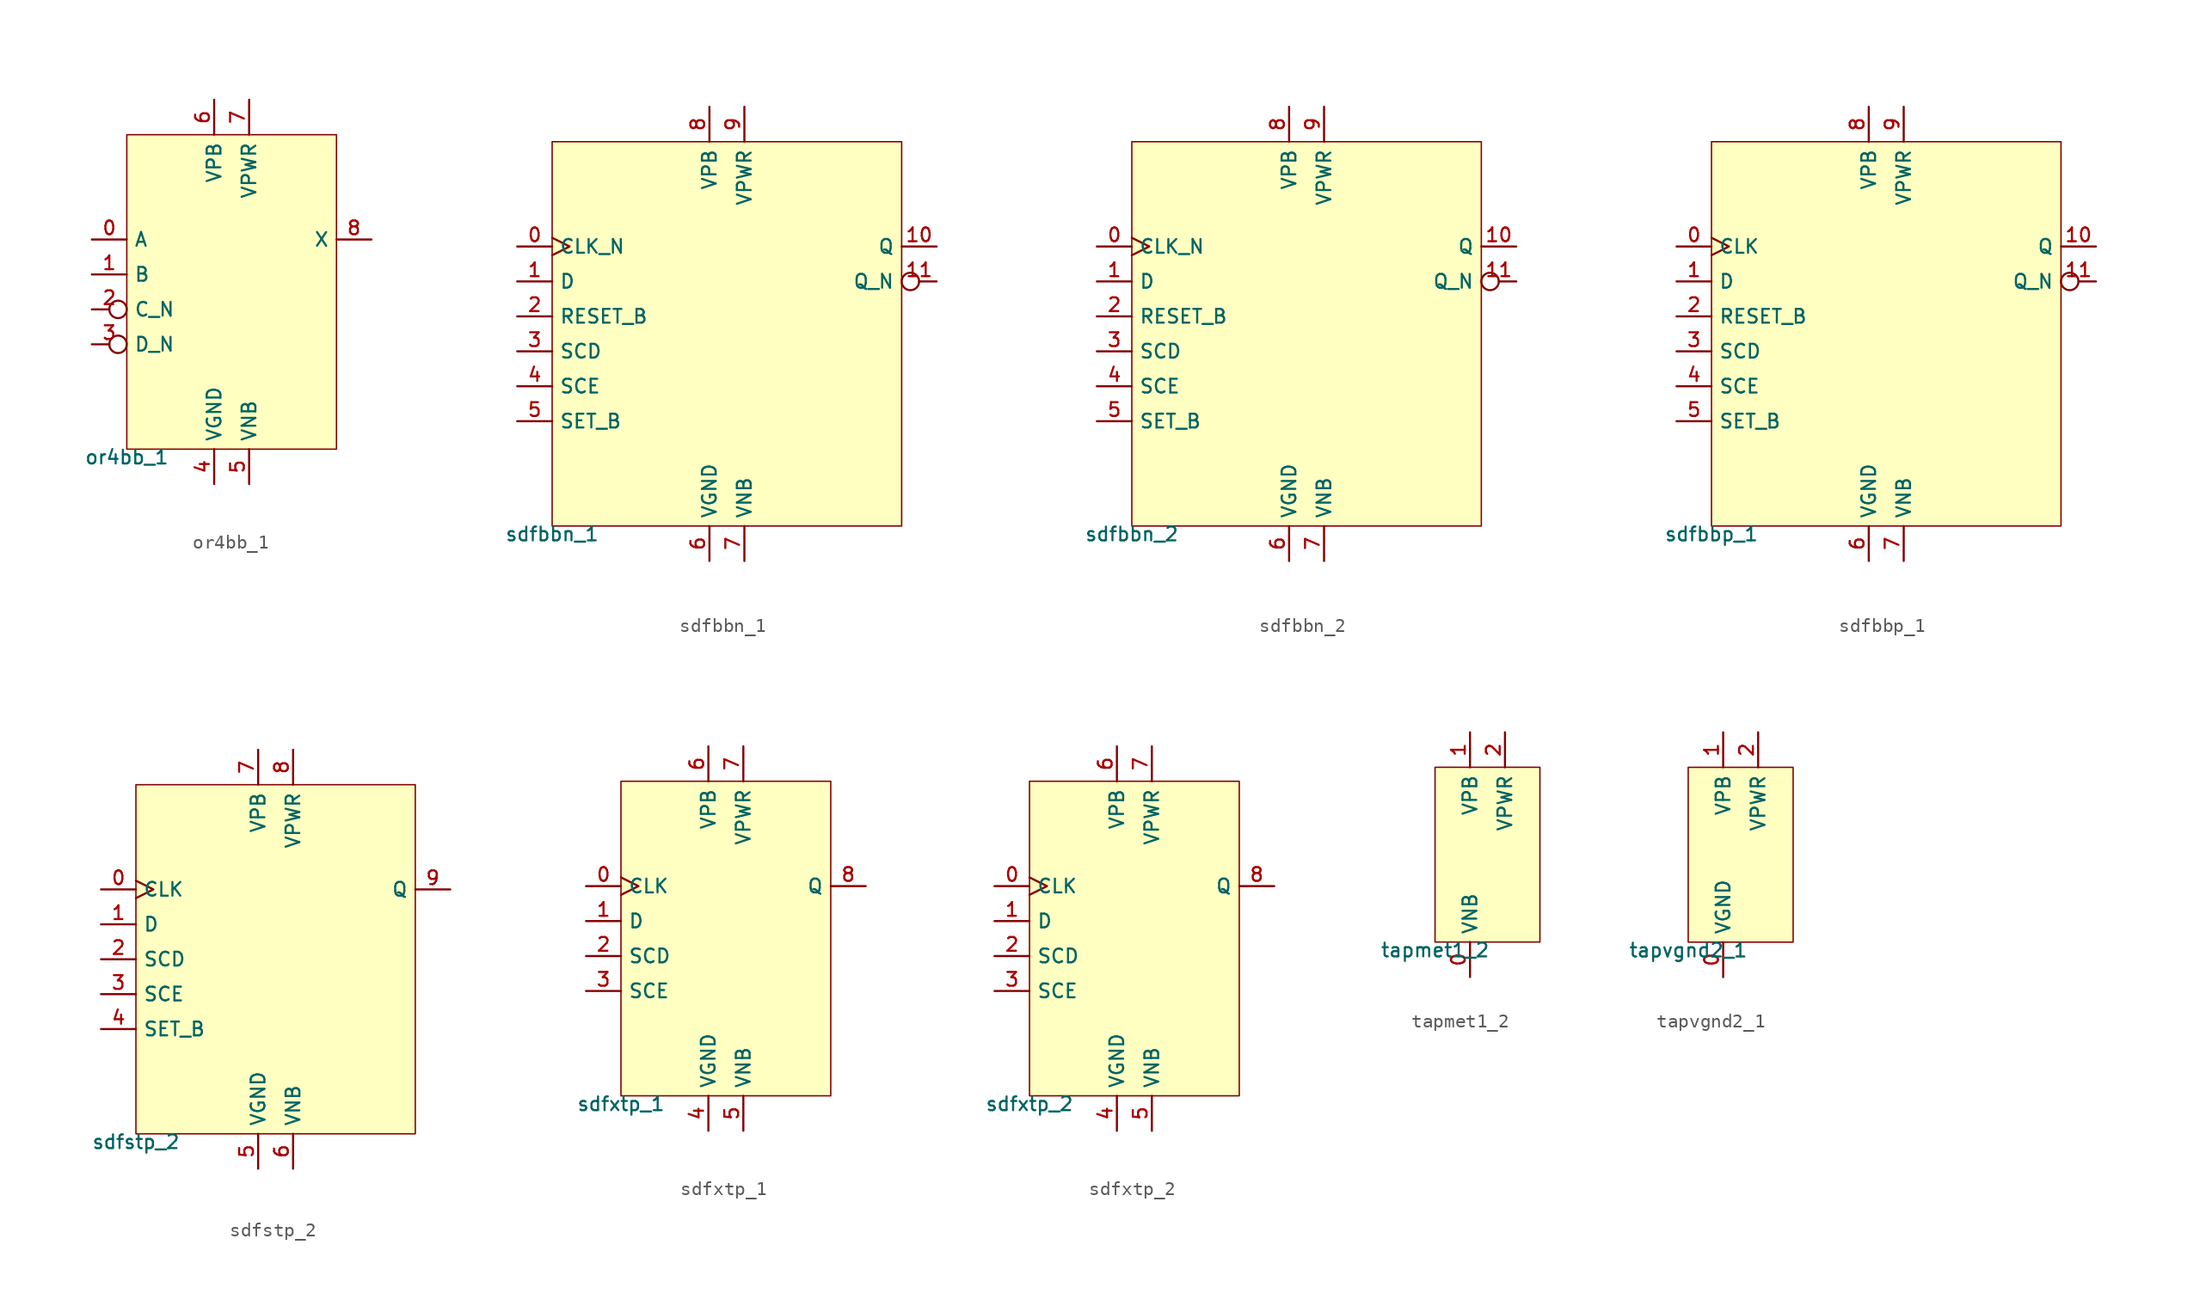
<source format=kicad_sym>
(kicad_symbol_lib
  (version 20211014)
  (generator lef2kicad_sym)
  (symbol "or4bb_1"
    (property "Reference" "CELL"
      (at 0 0 0)
      (effects (font (size 1 1)) hide))
    (property "Value" "or4bb_1"
      (at -7.62 -11.43 0)
      (effects (font (size 1 1)) (justify top)))
    (rectangle
      (start -7.62 -11.43)
      (end 7.62 11.43)
      (stroke (width 0.1) (type solid) (color 0 0 0 0))
      (fill (type background)))
    (pin input line
      (at -10.16 3.81 0)
      (length 2.54)
      (name "A" (effects (font (size 1 1)) hide))
      (number "0" (effects (font (size 1 1)) hide)))
    (pin input line
      (at -10.16 1.27 0)
      (length 2.54)
      (name "B" (effects (font (size 1 1)) hide))
      (number "1" (effects (font (size 1 1)) hide)))
    (pin input inverted
      (at -10.16 -1.27 0)
      (length 2.54)
      (name "C_N" (effects (font (size 1 1)) hide))
      (number "2" (effects (font (size 1 1)) hide)))
    (pin input inverted
      (at -10.16 -3.81 0)
      (length 2.54)
      (name "D_N" (effects (font (size 1 1)) hide))
      (number "3" (effects (font (size 1 1)) hide)))
    (pin power_in line
      (at -1.27 -13.97 90)
      (length 2.54)
      (name "VGND" (effects (font (size 1 1)) hide))
      (number "4" (effects (font (size 1 1)) hide)))
    (pin power_in line
      (at 1.27 -13.97 90)
      (length 2.54)
      (name "VNB" (effects (font (size 1 1)) hide))
      (number "5" (effects (font (size 1 1)) hide)))
    (pin power_in line
      (at -1.27 13.97 270)
      (length 2.54)
      (name "VPB" (effects (font (size 1 1)) hide))
      (number "6" (effects (font (size 1 1)) hide)))
    (pin power_in line
      (at 1.27 13.97 270)
      (length 2.54)
      (name "VPWR" (effects (font (size 1 1)) hide))
      (number "7" (effects (font (size 1 1)) hide)))
    (pin output line
      (at 10.16 3.81 180)
      (length 2.54)
      (name "X" (effects (font (size 1 1)) hide))
      (number "8" (effects (font (size 1 1)) hide))))
  (symbol "sdfbbn_1"
    (property "Reference" "CELL"
      (at 0 0 0)
      (effects (font (size 1 1)) hide))
    (property "Value" "sdfbbn_1"
      (at -12.7 -13.97 0)
      (effects (font (size 1 1)) (justify top)))
    (rectangle
      (start -12.7 -13.97)
      (end 12.7 13.97)
      (stroke (width 0.1) (type solid) (color 0 0 0 0))
      (fill (type background)))
    (pin input clock
      (at -15.24 6.35 0)
      (length 2.54)
      (name "CLK_N" (effects (font (size 1 1)) hide))
      (number "0" (effects (font (size 1 1)) hide)))
    (pin input line
      (at -15.24 3.81 0)
      (length 2.54)
      (name "D" (effects (font (size 1 1)) hide))
      (number "1" (effects (font (size 1 1)) hide)))
    (pin input line
      (at -15.24 1.27 0)
      (length 2.54)
      (name "RESET_B" (effects (font (size 1 1)) hide))
      (number "2" (effects (font (size 1 1)) hide)))
    (pin input line
      (at -15.24 -1.27 0)
      (length 2.54)
      (name "SCD" (effects (font (size 1 1)) hide))
      (number "3" (effects (font (size 1 1)) hide)))
    (pin input line
      (at -15.24 -3.81 0)
      (length 2.54)
      (name "SCE" (effects (font (size 1 1)) hide))
      (number "4" (effects (font (size 1 1)) hide)))
    (pin input line
      (at -15.24 -6.35 0)
      (length 2.54)
      (name "SET_B" (effects (font (size 1 1)) hide))
      (number "5" (effects (font (size 1 1)) hide)))
    (pin power_in line
      (at -1.27 -16.51 90)
      (length 2.54)
      (name "VGND" (effects (font (size 1 1)) hide))
      (number "6" (effects (font (size 1 1)) hide)))
    (pin power_in line
      (at 1.27 -16.51 90)
      (length 2.54)
      (name "VNB" (effects (font (size 1 1)) hide))
      (number "7" (effects (font (size 1 1)) hide)))
    (pin power_in line
      (at -1.27 16.51 270)
      (length 2.54)
      (name "VPB" (effects (font (size 1 1)) hide))
      (number "8" (effects (font (size 1 1)) hide)))
    (pin power_in line
      (at 1.27 16.51 270)
      (length 2.54)
      (name "VPWR" (effects (font (size 1 1)) hide))
      (number "9" (effects (font (size 1 1)) hide)))
    (pin output line
      (at 15.24 6.35 180)
      (length 2.54)
      (name "Q" (effects (font (size 1 1)) hide))
      (number "10" (effects (font (size 1 1)) hide)))
    (pin output inverted
      (at 15.24 3.81 180)
      (length 2.54)
      (name "Q_N" (effects (font (size 1 1)) hide))
      (number "11" (effects (font (size 1 1)) hide))))
  (symbol "sdfbbn_2"
    (property "Reference" "CELL"
      (at 0 0 0)
      (effects (font (size 1 1)) hide))
    (property "Value" "sdfbbn_2"
      (at -12.7 -13.97 0)
      (effects (font (size 1 1)) (justify top)))
    (rectangle
      (start -12.7 -13.97)
      (end 12.7 13.97)
      (stroke (width 0.1) (type solid) (color 0 0 0 0))
      (fill (type background)))
    (pin input clock
      (at -15.24 6.35 0)
      (length 2.54)
      (name "CLK_N" (effects (font (size 1 1)) hide))
      (number "0" (effects (font (size 1 1)) hide)))
    (pin input line
      (at -15.24 3.81 0)
      (length 2.54)
      (name "D" (effects (font (size 1 1)) hide))
      (number "1" (effects (font (size 1 1)) hide)))
    (pin input line
      (at -15.24 1.27 0)
      (length 2.54)
      (name "RESET_B" (effects (font (size 1 1)) hide))
      (number "2" (effects (font (size 1 1)) hide)))
    (pin input line
      (at -15.24 -1.27 0)
      (length 2.54)
      (name "SCD" (effects (font (size 1 1)) hide))
      (number "3" (effects (font (size 1 1)) hide)))
    (pin input line
      (at -15.24 -3.81 0)
      (length 2.54)
      (name "SCE" (effects (font (size 1 1)) hide))
      (number "4" (effects (font (size 1 1)) hide)))
    (pin input line
      (at -15.24 -6.35 0)
      (length 2.54)
      (name "SET_B" (effects (font (size 1 1)) hide))
      (number "5" (effects (font (size 1 1)) hide)))
    (pin power_in line
      (at -1.27 -16.51 90)
      (length 2.54)
      (name "VGND" (effects (font (size 1 1)) hide))
      (number "6" (effects (font (size 1 1)) hide)))
    (pin power_in line
      (at 1.27 -16.51 90)
      (length 2.54)
      (name "VNB" (effects (font (size 1 1)) hide))
      (number "7" (effects (font (size 1 1)) hide)))
    (pin power_in line
      (at -1.27 16.51 270)
      (length 2.54)
      (name "VPB" (effects (font (size 1 1)) hide))
      (number "8" (effects (font (size 1 1)) hide)))
    (pin power_in line
      (at 1.27 16.51 270)
      (length 2.54)
      (name "VPWR" (effects (font (size 1 1)) hide))
      (number "9" (effects (font (size 1 1)) hide)))
    (pin output line
      (at 15.24 6.35 180)
      (length 2.54)
      (name "Q" (effects (font (size 1 1)) hide))
      (number "10" (effects (font (size 1 1)) hide)))
    (pin output inverted
      (at 15.24 3.81 180)
      (length 2.54)
      (name "Q_N" (effects (font (size 1 1)) hide))
      (number "11" (effects (font (size 1 1)) hide))))
  (symbol "sdfbbp_1"
    (property "Reference" "CELL"
      (at 0 0 0)
      (effects (font (size 1 1)) hide))
    (property "Value" "sdfbbp_1"
      (at -12.7 -13.97 0)
      (effects (font (size 1 1)) (justify top)))
    (rectangle
      (start -12.7 -13.97)
      (end 12.7 13.97)
      (stroke (width 0.1) (type solid) (color 0 0 0 0))
      (fill (type background)))
    (pin input clock
      (at -15.24 6.35 0)
      (length 2.54)
      (name "CLK" (effects (font (size 1 1)) hide))
      (number "0" (effects (font (size 1 1)) hide)))
    (pin input line
      (at -15.24 3.81 0)
      (length 2.54)
      (name "D" (effects (font (size 1 1)) hide))
      (number "1" (effects (font (size 1 1)) hide)))
    (pin input line
      (at -15.24 1.27 0)
      (length 2.54)
      (name "RESET_B" (effects (font (size 1 1)) hide))
      (number "2" (effects (font (size 1 1)) hide)))
    (pin input line
      (at -15.24 -1.27 0)
      (length 2.54)
      (name "SCD" (effects (font (size 1 1)) hide))
      (number "3" (effects (font (size 1 1)) hide)))
    (pin input line
      (at -15.24 -3.81 0)
      (length 2.54)
      (name "SCE" (effects (font (size 1 1)) hide))
      (number "4" (effects (font (size 1 1)) hide)))
    (pin input line
      (at -15.24 -6.35 0)
      (length 2.54)
      (name "SET_B" (effects (font (size 1 1)) hide))
      (number "5" (effects (font (size 1 1)) hide)))
    (pin power_in line
      (at -1.27 -16.51 90)
      (length 2.54)
      (name "VGND" (effects (font (size 1 1)) hide))
      (number "6" (effects (font (size 1 1)) hide)))
    (pin power_in line
      (at 1.27 -16.51 90)
      (length 2.54)
      (name "VNB" (effects (font (size 1 1)) hide))
      (number "7" (effects (font (size 1 1)) hide)))
    (pin power_in line
      (at -1.27 16.51 270)
      (length 2.54)
      (name "VPB" (effects (font (size 1 1)) hide))
      (number "8" (effects (font (size 1 1)) hide)))
    (pin power_in line
      (at 1.27 16.51 270)
      (length 2.54)
      (name "VPWR" (effects (font (size 1 1)) hide))
      (number "9" (effects (font (size 1 1)) hide)))
    (pin output line
      (at 15.24 6.35 180)
      (length 2.54)
      (name "Q" (effects (font (size 1 1)) hide))
      (number "10" (effects (font (size 1 1)) hide)))
    (pin output inverted
      (at 15.24 3.81 180)
      (length 2.54)
      (name "Q_N" (effects (font (size 1 1)) hide))
      (number "11" (effects (font (size 1 1)) hide))))
  (symbol "sdfstp_2"
    (property "Reference" "CELL"
      (at 0 0 0)
      (effects (font (size 1 1)) hide))
    (property "Value" "sdfstp_2"
      (at -10.16 -12.7 0)
      (effects (font (size 1 1)) (justify top)))
    (rectangle
      (start -10.16 -12.7)
      (end 10.16 12.7)
      (stroke (width 0.1) (type solid) (color 0 0 0 0))
      (fill (type background)))
    (pin input clock
      (at -12.7 5.08 0)
      (length 2.54)
      (name "CLK" (effects (font (size 1 1)) hide))
      (number "0" (effects (font (size 1 1)) hide)))
    (pin input line
      (at -12.7 2.54 0)
      (length 2.54)
      (name "D" (effects (font (size 1 1)) hide))
      (number "1" (effects (font (size 1 1)) hide)))
    (pin input line
      (at -12.7 -8.881784197001252e-16 0)
      (length 2.54)
      (name "SCD" (effects (font (size 1 1)) hide))
      (number "2" (effects (font (size 1 1)) hide)))
    (pin input line
      (at -12.7 -2.54 0)
      (length 2.54)
      (name "SCE" (effects (font (size 1 1)) hide))
      (number "3" (effects (font (size 1 1)) hide)))
    (pin input line
      (at -12.7 -5.08 0)
      (length 2.54)
      (name "SET_B" (effects (font (size 1 1)) hide))
      (number "4" (effects (font (size 1 1)) hide)))
    (pin power_in line
      (at -1.27 -15.24 90)
      (length 2.54)
      (name "VGND" (effects (font (size 1 1)) hide))
      (number "5" (effects (font (size 1 1)) hide)))
    (pin power_in line
      (at 1.27 -15.24 90)
      (length 2.54)
      (name "VNB" (effects (font (size 1 1)) hide))
      (number "6" (effects (font (size 1 1)) hide)))
    (pin power_in line
      (at -1.27 15.24 270)
      (length 2.54)
      (name "VPB" (effects (font (size 1 1)) hide))
      (number "7" (effects (font (size 1 1)) hide)))
    (pin power_in line
      (at 1.27 15.24 270)
      (length 2.54)
      (name "VPWR" (effects (font (size 1 1)) hide))
      (number "8" (effects (font (size 1 1)) hide)))
    (pin output line
      (at 12.7 5.08 180)
      (length 2.54)
      (name "Q" (effects (font (size 1 1)) hide))
      (number "9" (effects (font (size 1 1)) hide))))
  (symbol "sdfxtp_1"
    (property "Reference" "CELL"
      (at 0 0 0)
      (effects (font (size 1 1)) hide))
    (property "Value" "sdfxtp_1"
      (at -7.62 -11.43 0)
      (effects (font (size 1 1)) (justify top)))
    (rectangle
      (start -7.62 -11.43)
      (end 7.62 11.43)
      (stroke (width 0.1) (type solid) (color 0 0 0 0))
      (fill (type background)))
    (pin input clock
      (at -10.16 3.81 0)
      (length 2.54)
      (name "CLK" (effects (font (size 1 1)) hide))
      (number "0" (effects (font (size 1 1)) hide)))
    (pin input line
      (at -10.16 1.27 0)
      (length 2.54)
      (name "D" (effects (font (size 1 1)) hide))
      (number "1" (effects (font (size 1 1)) hide)))
    (pin input line
      (at -10.16 -1.27 0)
      (length 2.54)
      (name "SCD" (effects (font (size 1 1)) hide))
      (number "2" (effects (font (size 1 1)) hide)))
    (pin input line
      (at -10.16 -3.81 0)
      (length 2.54)
      (name "SCE" (effects (font (size 1 1)) hide))
      (number "3" (effects (font (size 1 1)) hide)))
    (pin power_in line
      (at -1.27 -13.97 90)
      (length 2.54)
      (name "VGND" (effects (font (size 1 1)) hide))
      (number "4" (effects (font (size 1 1)) hide)))
    (pin power_in line
      (at 1.27 -13.97 90)
      (length 2.54)
      (name "VNB" (effects (font (size 1 1)) hide))
      (number "5" (effects (font (size 1 1)) hide)))
    (pin power_in line
      (at -1.27 13.97 270)
      (length 2.54)
      (name "VPB" (effects (font (size 1 1)) hide))
      (number "6" (effects (font (size 1 1)) hide)))
    (pin power_in line
      (at 1.27 13.97 270)
      (length 2.54)
      (name "VPWR" (effects (font (size 1 1)) hide))
      (number "7" (effects (font (size 1 1)) hide)))
    (pin output line
      (at 10.16 3.81 180)
      (length 2.54)
      (name "Q" (effects (font (size 1 1)) hide))
      (number "8" (effects (font (size 1 1)) hide))))
  (symbol "sdfxtp_2"
    (property "Reference" "CELL"
      (at 0 0 0)
      (effects (font (size 1 1)) hide))
    (property "Value" "sdfxtp_2"
      (at -7.62 -11.43 0)
      (effects (font (size 1 1)) (justify top)))
    (rectangle
      (start -7.62 -11.43)
      (end 7.62 11.43)
      (stroke (width 0.1) (type solid) (color 0 0 0 0))
      (fill (type background)))
    (pin input clock
      (at -10.16 3.81 0)
      (length 2.54)
      (name "CLK" (effects (font (size 1 1)) hide))
      (number "0" (effects (font (size 1 1)) hide)))
    (pin input line
      (at -10.16 1.27 0)
      (length 2.54)
      (name "D" (effects (font (size 1 1)) hide))
      (number "1" (effects (font (size 1 1)) hide)))
    (pin input line
      (at -10.16 -1.27 0)
      (length 2.54)
      (name "SCD" (effects (font (size 1 1)) hide))
      (number "2" (effects (font (size 1 1)) hide)))
    (pin input line
      (at -10.16 -3.81 0)
      (length 2.54)
      (name "SCE" (effects (font (size 1 1)) hide))
      (number "3" (effects (font (size 1 1)) hide)))
    (pin power_in line
      (at -1.27 -13.97 90)
      (length 2.54)
      (name "VGND" (effects (font (size 1 1)) hide))
      (number "4" (effects (font (size 1 1)) hide)))
    (pin power_in line
      (at 1.27 -13.97 90)
      (length 2.54)
      (name "VNB" (effects (font (size 1 1)) hide))
      (number "5" (effects (font (size 1 1)) hide)))
    (pin power_in line
      (at -1.27 13.97 270)
      (length 2.54)
      (name "VPB" (effects (font (size 1 1)) hide))
      (number "6" (effects (font (size 1 1)) hide)))
    (pin power_in line
      (at 1.27 13.97 270)
      (length 2.54)
      (name "VPWR" (effects (font (size 1 1)) hide))
      (number "7" (effects (font (size 1 1)) hide)))
    (pin output line
      (at 10.16 3.81 180)
      (length 2.54)
      (name "Q" (effects (font (size 1 1)) hide))
      (number "8" (effects (font (size 1 1)) hide))))
  (symbol "tapmet1_2"
    (property "Reference" "CELL"
      (at 0 0 0)
      (effects (font (size 1 1)) hide))
    (property "Value" "tapmet1_2"
      (at -3.81 -6.35 0)
      (effects (font (size 1 1)) (justify top)))
    (rectangle
      (start -3.81 -6.35)
      (end 3.81 6.35)
      (stroke (width 0.1) (type solid) (color 0 0 0 0))
      (fill (type background)))
    (pin power_in line
      (at -1.27 -8.89 90)
      (length 2.54)
      (name "VNB" (effects (font (size 1 1)) hide))
      (number "0" (effects (font (size 1 1)) hide)))
    (pin power_in line
      (at -1.27 8.89 270)
      (length 2.54)
      (name "VPB" (effects (font (size 1 1)) hide))
      (number "1" (effects (font (size 1 1)) hide)))
    (pin power_in line
      (at 1.27 8.89 270)
      (length 2.54)
      (name "VPWR" (effects (font (size 1 1)) hide))
      (number "2" (effects (font (size 1 1)) hide))))
  (symbol "tapvgnd2_1"
    (property "Reference" "CELL"
      (at 0 0 0)
      (effects (font (size 1 1)) hide))
    (property "Value" "tapvgnd2_1"
      (at -3.81 -6.35 0)
      (effects (font (size 1 1)) (justify top)))
    (rectangle
      (start -3.81 -6.35)
      (end 3.81 6.35)
      (stroke (width 0.1) (type solid) (color 0 0 0 0))
      (fill (type background)))
    (pin power_in line
      (at -1.27 -8.89 90)
      (length 2.54)
      (name "VGND" (effects (font (size 1 1)) hide))
      (number "0" (effects (font (size 1 1)) hide)))
    (pin power_in line
      (at -1.27 8.89 270)
      (length 2.54)
      (name "VPB" (effects (font (size 1 1)) hide))
      (number "1" (effects (font (size 1 1)) hide)))
    (pin power_in line
      (at 1.27 8.89 270)
      (length 2.54)
      (name "VPWR" (effects (font (size 1 1)) hide))
      (number "2" (effects (font (size 1 1)) hide)))))
</source>
